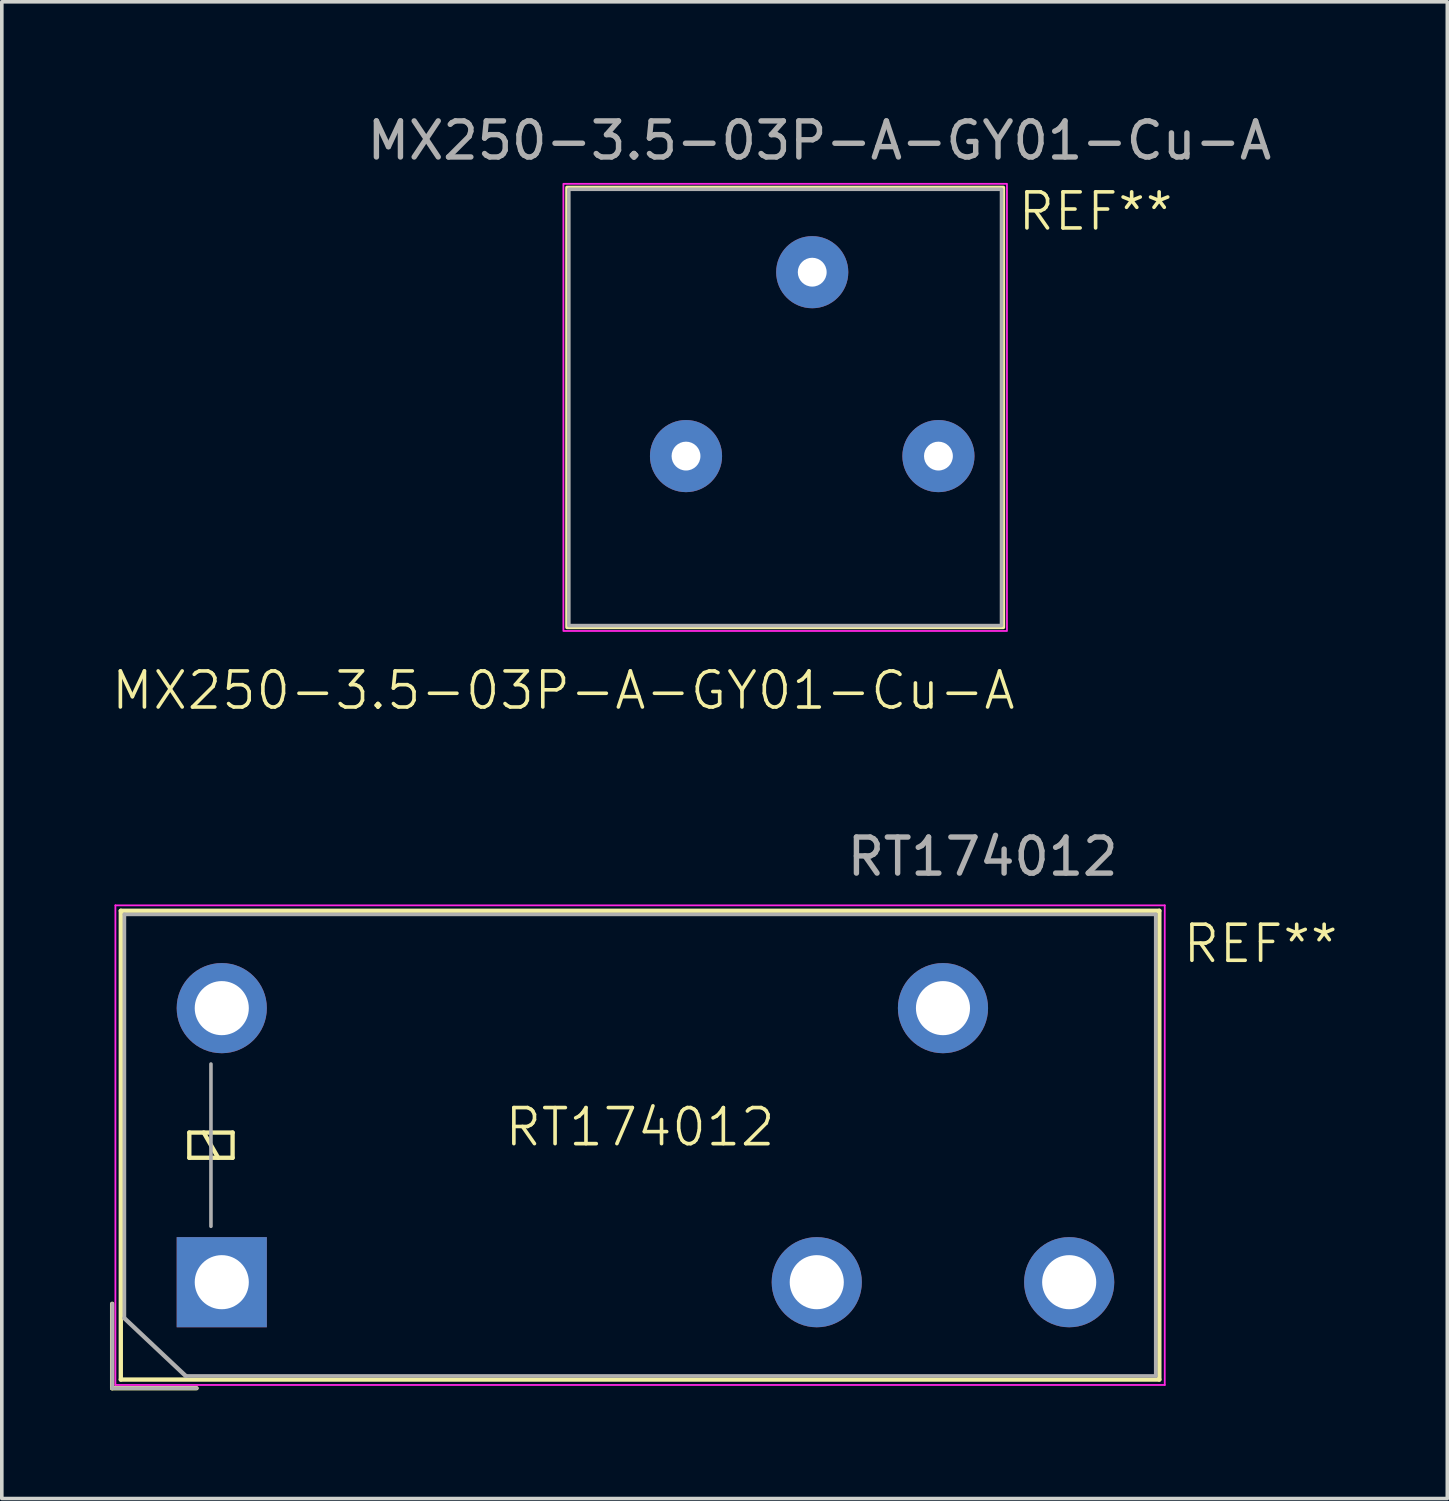
<source format=kicad_pcb>
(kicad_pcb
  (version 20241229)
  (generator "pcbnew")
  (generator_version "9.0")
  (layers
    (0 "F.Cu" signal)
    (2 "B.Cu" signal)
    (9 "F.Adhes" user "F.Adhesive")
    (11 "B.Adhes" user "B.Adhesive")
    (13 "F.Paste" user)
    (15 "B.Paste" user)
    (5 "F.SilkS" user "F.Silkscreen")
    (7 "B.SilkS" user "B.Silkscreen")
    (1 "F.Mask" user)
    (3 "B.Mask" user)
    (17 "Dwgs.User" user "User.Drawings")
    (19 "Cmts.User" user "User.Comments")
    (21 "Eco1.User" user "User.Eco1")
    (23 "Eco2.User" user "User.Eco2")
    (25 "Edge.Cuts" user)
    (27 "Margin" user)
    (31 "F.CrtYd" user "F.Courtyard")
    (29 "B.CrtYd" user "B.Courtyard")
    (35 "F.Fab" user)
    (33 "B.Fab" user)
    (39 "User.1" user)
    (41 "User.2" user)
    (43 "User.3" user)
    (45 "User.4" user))
  (footprint "RT174012"
    (layer "F.Cu")
    (at 14.7 28.707)
    (property "Reference" "RT174012" (at 0 -0.5 0) (unlocked yes) (layer "F.SilkS") (effects (font (size 1 1) (thickness 0.1))))
    (attr through_hole)
    (fp_line (start -14.64 6.74) (end -14.64 4.4) (stroke (width 0.12) (type solid)) (layer "F.SilkS"))
    (fp_line (start -14.4 -6.5) (end -14.4 6.5) (stroke (width 0.12) (type solid)) (layer "F.SilkS"))
    (fp_line (start -14.4 6.5) (end 14.4 6.5) (stroke (width 0.12) (type solid)) (layer "F.SilkS"))
    (fp_line (start -12.5 -0.35) (end -12.5 0.35) (stroke (width 0.12) (type solid)) (layer "F.SilkS"))
    (fp_line (start -12.5 0.35) (end -11.3 0.35) (stroke (width 0.12) (type solid)) (layer "F.SilkS"))
    (fp_line (start -12.3 6.74) (end -14.64 6.74) (stroke (width 0.12) (type solid)) (layer "F.SilkS"))
    (fp_line (start -11.7 0.35) (end -12.1 -0.35) (stroke (width 0.12) (type solid)) (layer "F.SilkS"))
    (fp_line (start -11.3 -0.35) (end -12.5 -0.35) (stroke (width 0.12) (type solid)) (layer "F.SilkS"))
    (fp_line (start -11.3 0.35) (end -11.3 -0.35) (stroke (width 0.12) (type solid)) (layer "F.SilkS"))
    (fp_line (start 14.4 -6.5) (end -14.4 -6.5) (stroke (width 0.12) (type solid)) (layer "F.SilkS"))
    (fp_line (start 14.4 6.5) (end 14.4 -6.5) (stroke (width 0.12) (type solid)) (layer "F.SilkS"))
    (fp_line (start -14.55 -6.65) (end -14.55 6.65) (stroke (width 0.05) (type solid)) (layer "F.CrtYd"))
    (fp_line (start -14.55 6.65) (end 14.55 6.65) (stroke (width 0.05) (type solid)) (layer "F.CrtYd"))
    (fp_line (start 14.55 -6.65) (end -14.55 -6.65) (stroke (width 0.05) (type solid)) (layer "F.CrtYd"))
    (fp_line (start 14.55 6.65) (end 14.55 -6.65) (stroke (width 0.05) (type solid)) (layer "F.CrtYd"))
    (fp_line (start -14.64 6.74) (end -14.64 4.4) (stroke (width 0.1) (type solid)) (layer "F.Fab"))
    (fp_line (start -14.3 -6.4) (end -14.3 4.8) (stroke (width 0.1) (type solid)) (layer "F.Fab"))
    (fp_line (start -12.6 6.4) (end -14.3 4.8) (stroke (width 0.12) (type solid)) (layer "F.Fab"))
    (fp_line (start -12.6 6.4) (end 14.3 6.4) (stroke (width 0.1) (type solid)) (layer "F.Fab"))
    (fp_line (start -12.3 6.74) (end -14.64 6.74) (stroke (width 0.1) (type solid)) (layer "F.Fab"))
    (fp_line (start -11.9 2.25) (end -11.9 -2.25) (stroke (width 0.1) (type solid)) (layer "F.Fab"))
    (fp_line (start 14.3 -6.4) (end -14.3 -6.4) (stroke (width 0.1) (type solid)) (layer "F.Fab"))
    (fp_line (start 14.3 6.4) (end 14.3 -6.4) (stroke (width 0.1) (type solid)) (layer "F.Fab"))
    (fp_text user "REF**" (at 15 -5 0) (unlocked yes) (layer "F.SilkS") (effects (font (size 1 1) (thickness 0.1)) (justify left bottom)))
    (fp_text user "${REFERENCE}" (at 9.5 -8 180) (layer "F.Fab") (effects (font (size 1 1) (thickness 0.15))))
    (pad "1" thru_hole oval (at 8.4 -3.8 90) (size 2.5 2.5) (drill 1.5) (layers "*.Cu" "*.Mask"))
    (pad "2" thru_hole oval (at -11.6 -3.8 90) (size 2.5 2.5) (drill 1.5) (layers "*.Cu" "*.Mask"))
    (pad "3" thru_hole oval (at 11.9 3.8 90) (size 2.5 2.5) (drill 1.5) (layers "*.Cu" "*.Mask"))
    (pad "4" thru_hole oval (at 4.9 3.8 90) (size 2.5 2.5) (drill 1.5) (layers "*.Cu" "*.Mask"))
    (pad "5" thru_hole rect (at -11.6 3.8 90) (size 2.5 2.5) (drill 1.5) (layers "*.Cu" "*.Mask")))
  (footprint "MX250-3.5-03P-A-GY01-Cu-A"
    (layer "F.Cu")
    (at 12.124 16.398)
    (property "Reference" "MX250-3.5-03P-A-GY01-Cu-A" (at 0.45 -0.3 0) (unlocked yes) (layer "F.SilkS") (effects (font (size 1 1) (thickness 0.1))))
    (attr through_hole)
    (fp_rect (start 0.55 -14.25) (end 12.65 -2.05) (stroke (width 0.1) (type solid)) (fill no) (layer "F.SilkS"))
    (fp_rect (start 0.45 -14.35) (end 12.75 -1.95) (stroke (width 0.05) (type default)) (fill no) (layer "F.CrtYd"))
    (fp_rect (start 0.6 -14.2) (end 12.6 -2.1) (stroke (width 0.1) (type solid)) (fill no) (layer "F.Fab"))
    (fp_text user "REF**" (at 13 -13 0) (unlocked yes) (layer "F.SilkS") (effects (font (size 1 1) (thickness 0.1)) (justify left bottom)))
    (fp_text user "${REFERENCE}" (at 7.55 -15.55 0) (unlocked yes) (layer "F.Fab") (effects (font (size 1 1) (thickness 0.15))))
    (pad "1" thru_hole circle (at 3.85 -6.8) (size 2 2) (drill 0.8) (layers "*.Cu" "*.Mask"))
    (pad "2" thru_hole circle (at 7.35 -11.9) (size 2 2) (drill 0.8) (layers "*.Cu" "*.Mask"))
    (pad "3" thru_hole circle (at 10.85 -6.8) (size 2 2) (drill 0.8) (layers "*.Cu" "*.Mask")))
  (gr_rect
    (start -3 -3)
    (end 37.086 38.507)
    (stroke (width 0.1) (type default))
    (fill no)
    (layer "Edge.Cuts")))
</source>
